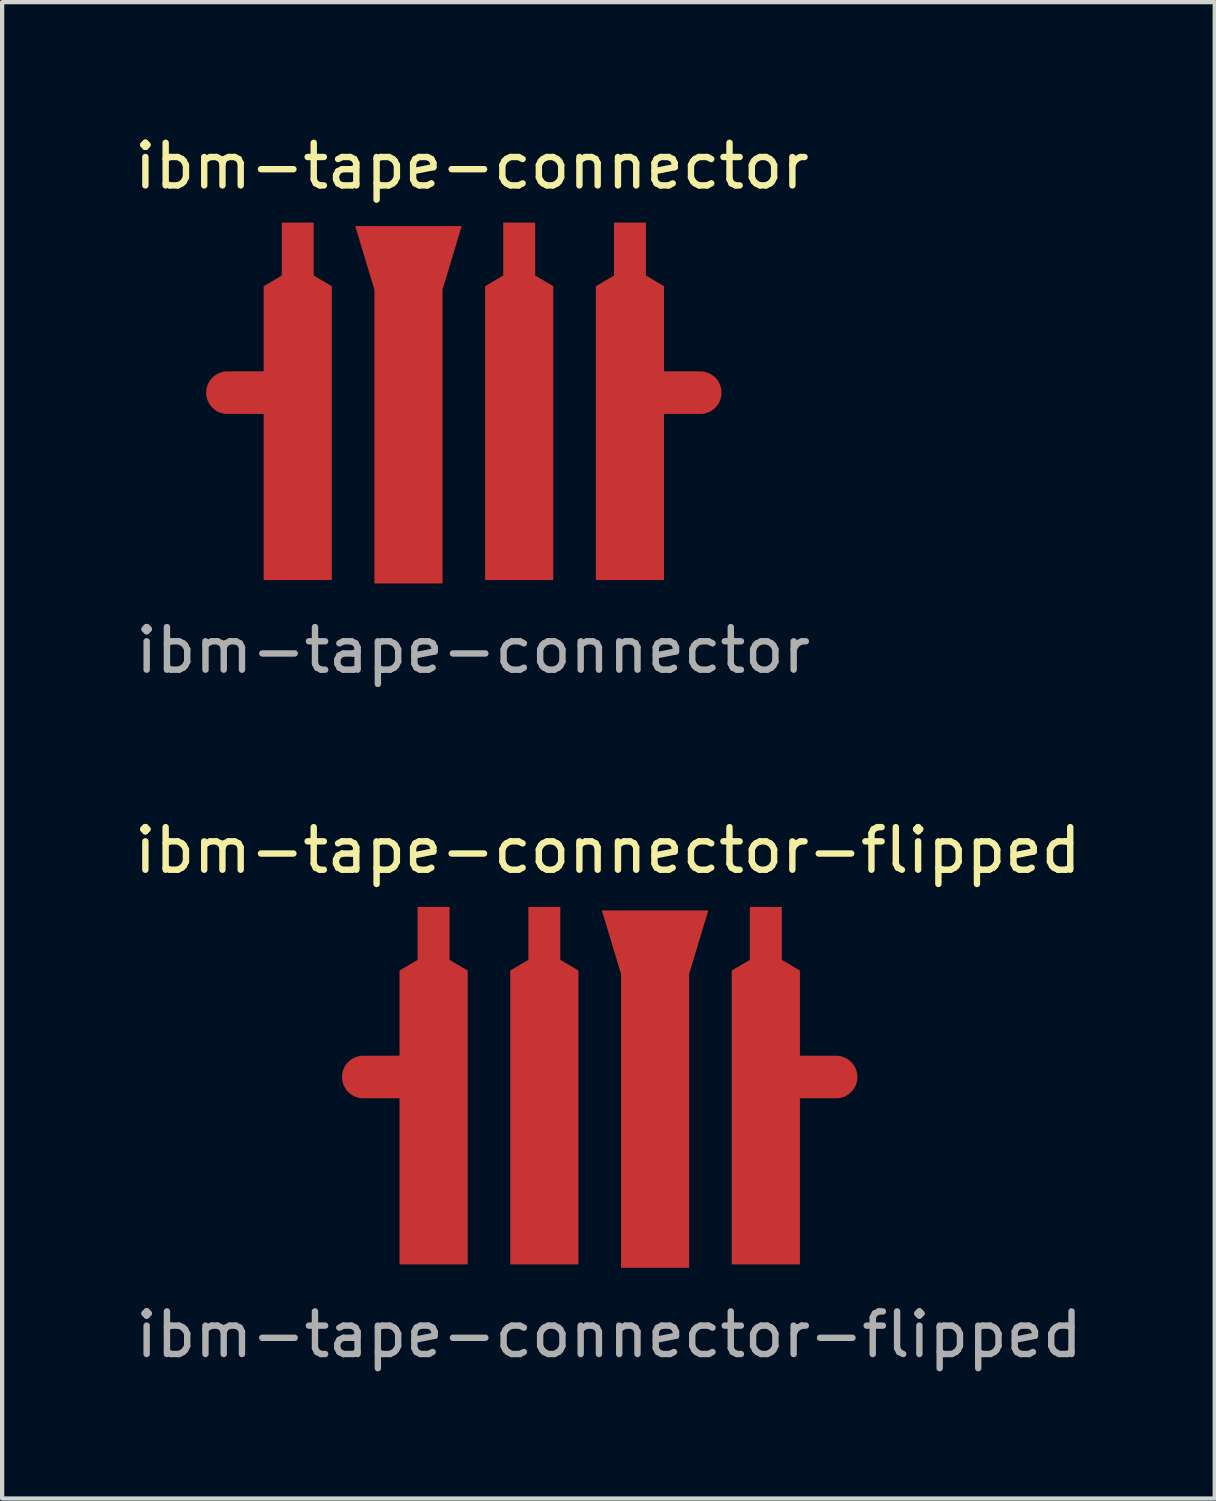
<source format=kicad_pcb>
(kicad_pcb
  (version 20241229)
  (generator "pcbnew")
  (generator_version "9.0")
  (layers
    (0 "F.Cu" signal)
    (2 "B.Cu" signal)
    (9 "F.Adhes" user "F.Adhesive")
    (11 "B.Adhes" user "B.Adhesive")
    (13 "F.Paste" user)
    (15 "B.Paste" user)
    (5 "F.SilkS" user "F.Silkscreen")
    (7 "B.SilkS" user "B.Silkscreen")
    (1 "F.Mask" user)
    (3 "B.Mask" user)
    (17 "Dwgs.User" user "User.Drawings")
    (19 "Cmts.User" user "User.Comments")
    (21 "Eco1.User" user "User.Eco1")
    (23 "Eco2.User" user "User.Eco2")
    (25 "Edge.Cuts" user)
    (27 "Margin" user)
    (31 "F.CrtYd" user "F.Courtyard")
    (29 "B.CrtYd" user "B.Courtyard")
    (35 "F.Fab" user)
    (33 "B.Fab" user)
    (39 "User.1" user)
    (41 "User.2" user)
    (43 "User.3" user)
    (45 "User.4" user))
  (footprint "ibm-tape-connector"
    (layer "F.Cu")
    (at 8.04 6.158)
    (property "Reference" "ibm-tape-connector" (at -0.01 -5.31 0) (unlocked yes) (layer "F.SilkS") (effects (font (size 1 1) (thickness 0.15))))
    (attr smd)
    (fp_text user "${REFERENCE}" (at 0.02 6.06 0) (unlocked yes) (layer "F.Fab") (effects (font (size 1 1) (thickness 0.15))))
    (pad "1" smd custom (at 3.7 -3.36) (size 0.75 1.242) (layers "F.Cu" "F.Mask" "F.Paste") (options (anchor rect)) (primitives (gr_poly (pts (xy -0.375 -0.621) (xy 0.375 -0.621) (xy 0.375 0.621) (xy 0.8 0.871) (xy 0.8 2.871) (arc (start 1.65 2.8711) (mid 2.15 3.3711) (end 1.65 3.8711)) (xy 0.8 3.871) (xy 0.8 7.771) (xy -0.8 7.771) (xy -0.8 0.871) (xy -0.375 0.621)) (width 0) (fill yes))))
    (pad "2" smd custom (at 1.1 -3.36) (size 0.75 1.242) (layers "F.Cu" "F.Mask" "F.Paste") (options (anchor rect)) (primitives (gr_poly (pts (xy -0.375 0.621) (xy -0.8 0.871) (xy -0.8 7.771) (xy 0.8 7.771) (xy 0.8 0.871) (xy 0.375 0.621) (xy 0.375 -0.621) (xy -0.375 -0.621)) (width 0) (fill yes))))
    (pad "3" smd custom (at -1.5 -3.98 180) (size 1.129 1.129) (drill (offset 0 -0.85)) (layers "F.Cu" "F.Mask" "F.Paste") (options (anchor circle)) (primitives (gr_poly (pts (xy 0.8 -0.721) (xy 0.8 -7.621) (xy -0.8 -7.621) (xy -0.8 -0.721) (xy -1.25 0.771) (xy 1.25 0.771)) (width 0) (fill yes))))
    (pad "4" smd custom (at -4.1 -3.36) (size 0.75 1.242) (layers "F.Cu" "F.Mask" "F.Paste") (options (anchor rect)) (primitives (gr_poly (pts (xy -0.375 0.621) (xy -0.8 0.871) (xy -0.8 2.871) (arc (start -1.65 2.8711) (mid -2.15 3.3711) (end -1.65 3.8711)) (xy -0.8 3.871) (xy -0.8 7.771) (xy 0.8 7.771) (xy 0.8 0.871) (xy 0.375 0.621) (xy 0.375 -0.621) (xy -0.375 -0.621)) (width 0) (fill yes)))))
  (footprint "ibm-tape-connector-flipped"
    (layer "F.Cu")
    (at 11.23 22.225)
    (property "Reference" "ibm-tape-connector-flipped" (at -0.01 -5.31 0) (unlocked yes) (layer "F.SilkS") (effects (font (size 1 1) (thickness 0.15))))
    (attr smd)
    (fp_text user "${REFERENCE}" (at 0.02 6.06 0) (unlocked yes) (layer "F.Fab") (effects (font (size 1 1) (thickness 0.15))))
    (pad "1" smd custom (at -4.1 -3.36) (size 0.75 1.242) (layers "F.Cu" "F.Mask" "F.Paste") (options (anchor rect)) (primitives (gr_poly (pts (xy 0.375 -0.621) (xy -0.375 -0.621) (xy -0.375 0.621) (xy -0.8 0.871) (xy -0.8 2.871) (arc (start -1.65 2.8711) (mid -2.15 3.3711) (end -1.65 3.8711)) (xy -0.8 3.871) (xy -0.8 7.771) (xy 0.8 7.771) (xy 0.8 0.871) (xy 0.375 0.621)) (width 0) (fill yes))))
    (pad "2" smd custom (at -1.5 -3.36) (size 0.75 1.242) (layers "F.Cu" "F.Mask" "F.Paste") (options (anchor rect)) (primitives (gr_poly (pts (xy 0.375 0.621) (xy 0.8 0.871) (xy 0.8 7.771) (xy -0.8 7.771) (xy -0.8 0.871) (xy -0.375 0.621) (xy -0.375 -0.621) (xy 0.375 -0.621)) (width 0) (fill yes))))
    (pad "3" smd custom (at 1.1 -3.98 180) (size 1.129 1.129) (drill (offset 0 -0.85)) (layers "F.Cu" "F.Mask" "F.Paste") (options (anchor circle)) (primitives (gr_poly (pts (xy -0.8 -0.721) (xy -0.8 -7.621) (xy 0.8 -7.621) (xy 0.8 -0.721) (xy 1.25 0.771) (xy -1.25 0.771)) (width 0) (fill yes))))
    (pad "4" smd custom (at 3.7 -3.36) (size 0.75 1.242) (layers "F.Cu" "F.Mask" "F.Paste") (options (anchor rect)) (primitives (gr_poly (pts (xy 0.375 0.621) (xy 0.8 0.871) (xy 0.8 2.871) (arc (start 1.65 2.8711) (mid 2.15 3.3711) (end 1.65 3.8711)) (xy 0.8 3.871) (xy 0.8 7.771) (xy -0.8 7.771) (xy -0.8 0.871) (xy -0.375 0.621) (xy -0.375 -0.621) (xy 0.375 -0.621)) (width 0) (fill yes)))))
  (gr_rect
    (start -3 -3)
    (end 25.47 32.133)
    (stroke (width 0.1) (type default))
    (fill no)
    (layer "Edge.Cuts")))
</source>
